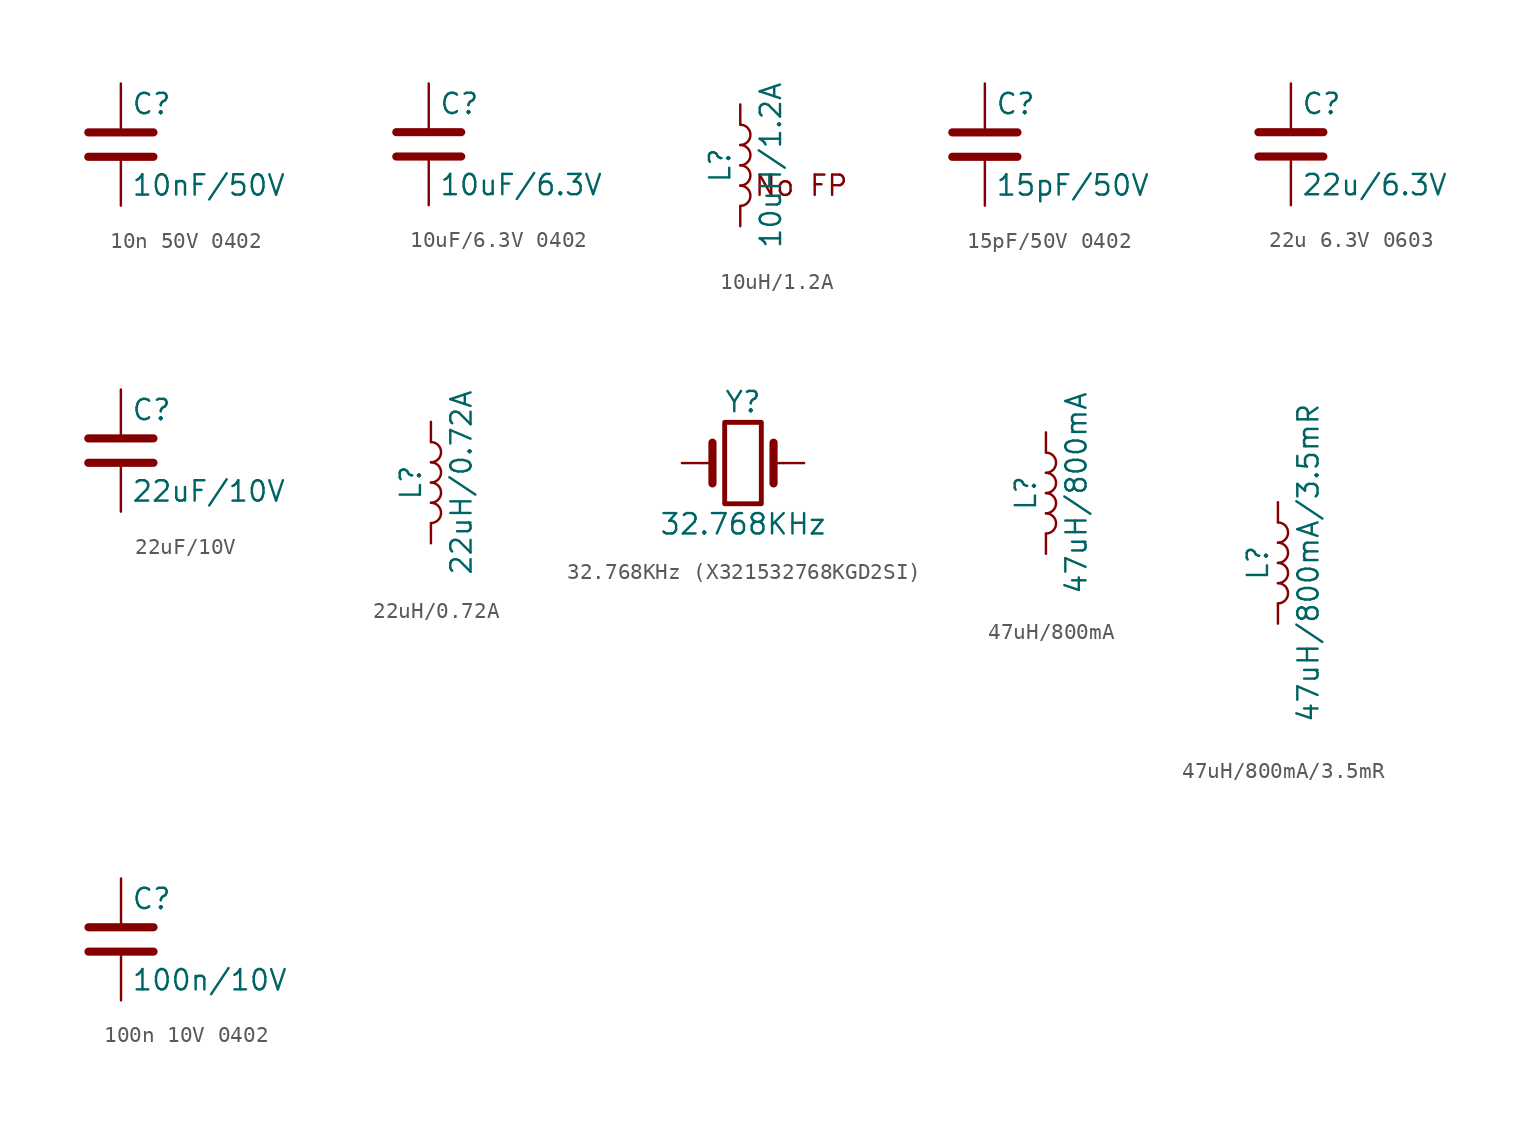
<source format=kicad_sym>
(kicad_symbol_lib
  (version 20231120)
  (generator "kicad_symbol_editor")
  (generator_version "8.0")
  (symbol "10n 50V 0402"
    (pin_numbers hide)
    (pin_names
      (offset 0.254))
    (property "Reference" "C"
      (at 0.635 2.54 0)
      (effects (font (size 1.27 1.27)) (justify left)))
    (property "Value" "10nF/50V"
      (at 0.635 -2.54 0)
      (effects (font (size 1.27 1.27)) (justify left)))
    (symbol "10n 50V 0402_0_1"
      (polyline (pts (xy -2.032 -0.762) (xy 2.032 -0.762)) (stroke (width 0.508) (type default)) (fill (type none)))
      (polyline (pts (xy -2.032 0.762) (xy 2.032 0.762)) (stroke (width 0.508) (type default)) (fill (type none))))
    (symbol "10n 50V 0402_1_1"
      (pin passive line (at 0 3.81 270) (length 2.794) (name "~" (effects (font (size 1.27 1.27)))) (number "1" (effects (font (size 1.27 1.27)))))
      (pin passive line (at 0 -3.81 90) (length 2.794) (name "~" (effects (font (size 1.27 1.27)))) (number "2" (effects (font (size 1.27 1.27)))))))
  (symbol "10uF/6.3V 0402"
    (pin_numbers hide)
    (pin_names
      (offset 0.254))
    (property "Reference" "C"
      (at 0.635 2.54 0)
      (effects (font (size 1.27 1.27)) (justify left)))
    (property "Value" "10uF/6.3V"
      (at 0.635 -2.54 0)
      (effects (font (size 1.27 1.27)) (justify left)))
    (symbol "10uF/6.3V 0402_0_1"
      (polyline (pts (xy -2.032 -0.762) (xy 2.032 -0.762)) (stroke (width 0.508) (type default)) (fill (type none)))
      (polyline (pts (xy -2.032 0.762) (xy 2.032 0.762)) (stroke (width 0.508) (type default)) (fill (type none))))
    (symbol "10uF/6.3V 0402_1_1"
      (pin passive line (at 0 3.81 270) (length 2.794) (name "~" (effects (font (size 1.27 1.27)))) (number "1" (effects (font (size 1.27 1.27)))))
      (pin passive line (at 0 -3.81 90) (length 2.794) (name "~" (effects (font (size 1.27 1.27)))) (number "2" (effects (font (size 1.27 1.27)))))))
  (symbol "10uH/1.2A"
    (pin_numbers hide)
    (pin_names
      (offset 1.016) hide)
    (property "Reference" "L"
      (at -1.27 0 90)
      (effects (font (size 1.27 1.27))))
    (property "Value" "10uH/1.2A"
      (at 1.905 0 90)
      (effects (font (size 1.27 1.27))))
    (symbol "10uH/1.2A_0_1"
      (arc (start 0 -2.54) (mid 0.6323 -1.905) (end 0 -1.27) (stroke (width 0) (type default)) (fill (type none)))
      (arc (start 0 -1.27) (mid 0.6323 -0.635) (end 0 0) (stroke (width 0) (type default)) (fill (type none)))
      (arc (start 0 0) (mid 0.6323 0.635) (end 0 1.27) (stroke (width 0) (type default)) (fill (type none)))
      (arc (start 0 1.27) (mid 0.6323 1.905) (end 0 2.54) (stroke (width 0) (type default)) (fill (type none))))
    (symbol "10uH/1.2A_1_1"
      (text "No FP" (at 3.81 -1.27 0) (effects (font (size 1.27 1.27))))
      (pin passive line (at 0 3.81 270) (length 1.27) (name "1" (effects (font (size 1.27 1.27)))) (number "1" (effects (font (size 1.27 1.27)))))
      (pin passive line (at 0 -3.81 90) (length 1.27) (name "2" (effects (font (size 1.27 1.27)))) (number "2" (effects (font (size 1.27 1.27)))))))
  (symbol "15pF/50V 0402"
    (pin_numbers hide)
    (pin_names
      (offset 0.254))
    (property "Reference" "C"
      (at 0.635 2.54 0)
      (effects (font (size 1.27 1.27)) (justify left)))
    (property "Value" "15pF/50V"
      (at 0.635 -2.54 0)
      (effects (font (size 1.27 1.27)) (justify left)))
    (symbol "15pF/50V 0402_0_1"
      (polyline (pts (xy -2.032 -0.762) (xy 2.032 -0.762)) (stroke (width 0.508) (type default)) (fill (type none)))
      (polyline (pts (xy -2.032 0.762) (xy 2.032 0.762)) (stroke (width 0.508) (type default)) (fill (type none))))
    (symbol "15pF/50V 0402_1_1"
      (pin passive line (at 0 3.81 270) (length 2.794) (name "~" (effects (font (size 1.27 1.27)))) (number "1" (effects (font (size 1.27 1.27)))))
      (pin passive line (at 0 -3.81 90) (length 2.794) (name "~" (effects (font (size 1.27 1.27)))) (number "2" (effects (font (size 1.27 1.27)))))))
  (symbol "22u 6.3V 0603"
    (pin_numbers hide)
    (pin_names
      (offset 0.254))
    (property "Reference" "C"
      (at 0.635 2.54 0)
      (effects (font (size 1.27 1.27)) (justify left)))
    (property "Value" "22u/6.3V"
      (at 0.635 -2.54 0)
      (effects (font (size 1.27 1.27)) (justify left)))
    (symbol "22u 6.3V 0603_0_1"
      (polyline (pts (xy -2.032 -0.762) (xy 2.032 -0.762)) (stroke (width 0.508) (type default)) (fill (type none)))
      (polyline (pts (xy -2.032 0.762) (xy 2.032 0.762)) (stroke (width 0.508) (type default)) (fill (type none))))
    (symbol "22u 6.3V 0603_1_1"
      (pin passive line (at 0 3.81 270) (length 2.794) (name "~" (effects (font (size 1.27 1.27)))) (number "1" (effects (font (size 1.27 1.27)))))
      (pin passive line (at 0 -3.81 90) (length 2.794) (name "~" (effects (font (size 1.27 1.27)))) (number "2" (effects (font (size 1.27 1.27)))))))
  (symbol "22uF/10V"
    (pin_numbers hide)
    (pin_names
      (offset 0.254))
    (property "Reference" "C"
      (at 0.635 2.54 0)
      (effects (font (size 1.27 1.27)) (justify left)))
    (property "Value" "22uF/10V"
      (at 0.635 -2.54 0)
      (effects (font (size 1.27 1.27)) (justify left)))
    (symbol "22uF/10V_0_1"
      (polyline (pts (xy -2.032 -0.762) (xy 2.032 -0.762)) (stroke (width 0.508) (type default)) (fill (type none)))
      (polyline (pts (xy -2.032 0.762) (xy 2.032 0.762)) (stroke (width 0.508) (type default)) (fill (type none))))
    (symbol "22uF/10V_1_1"
      (pin passive line (at 0 3.81 270) (length 2.794) (name "~" (effects (font (size 1.27 1.27)))) (number "1" (effects (font (size 1.27 1.27)))))
      (pin passive line (at 0 -3.81 90) (length 2.794) (name "~" (effects (font (size 1.27 1.27)))) (number "2" (effects (font (size 1.27 1.27)))))))
  (symbol "22uH/0.72A"
    (pin_numbers hide)
    (pin_names
      (offset 1.016) hide)
    (property "Reference" "L"
      (at -1.27 0 90)
      (effects (font (size 1.27 1.27))))
    (property "Value" "22uH/0.72A"
      (at 1.905 0 90)
      (effects (font (size 1.27 1.27))))
    (symbol "22uH/0.72A_0_1"
      (arc (start 0 -2.54) (mid 0.6323 -1.905) (end 0 -1.27) (stroke (width 0) (type default)) (fill (type none)))
      (arc (start 0 -1.27) (mid 0.6323 -0.635) (end 0 0) (stroke (width 0) (type default)) (fill (type none)))
      (arc (start 0 0) (mid 0.6323 0.635) (end 0 1.27) (stroke (width 0) (type default)) (fill (type none)))
      (arc (start 0 1.27) (mid 0.6323 1.905) (end 0 2.54) (stroke (width 0) (type default)) (fill (type none))))
    (symbol "22uH/0.72A_1_1"
      (pin passive line (at 0 3.81 270) (length 1.27) (name "1" (effects (font (size 1.27 1.27)))) (number "1" (effects (font (size 1.27 1.27)))))
      (pin passive line (at 0 -3.81 90) (length 1.27) (name "2" (effects (font (size 1.27 1.27)))) (number "2" (effects (font (size 1.27 1.27)))))))
  (symbol "32.768KHz (X321532768KGD2SI)"
    (pin_numbers hide)
    (pin_names
      (offset 1.016) hide)
    (property "Reference" "Y"
      (at 0 3.81 0)
      (effects (font (size 1.27 1.27))))
    (property "Value" "32.768KHz"
      (at 0 -3.81 0)
      (effects (font (size 1.27 1.27))))
    (symbol "32.768KHz (X321532768KGD2SI)_0_1"
      (rectangle (start -1.143 2.54) (end 1.143 -2.54) (stroke (width 0.305) (type default)) (fill (type none)))
      (polyline (pts (xy -2.54 0) (xy -1.905 0)) (stroke (width 0) (type default)) (fill (type none)))
      (polyline (pts (xy -1.905 -1.27) (xy -1.905 1.27)) (stroke (width 0.508) (type default)) (fill (type none)))
      (polyline (pts (xy 1.905 -1.27) (xy 1.905 1.27)) (stroke (width 0.508) (type default)) (fill (type none)))
      (polyline (pts (xy 2.54 0) (xy 1.905 0)) (stroke (width 0) (type default)) (fill (type none))))
    (symbol "32.768KHz (X321532768KGD2SI)_1_1"
      (pin passive line (at -3.81 0 0) (length 1.27) (name "1" (effects (font (size 1.27 1.27)))) (number "1" (effects (font (size 1.27 1.27)))))
      (pin passive line (at 3.81 0 180) (length 1.27) (name "2" (effects (font (size 1.27 1.27)))) (number "2" (effects (font (size 1.27 1.27)))))))
  (symbol "47uH/800mA"
    (pin_numbers hide)
    (pin_names
      (offset 1.016) hide)
    (property "Reference" "L"
      (at -1.27 0 90)
      (effects (font (size 1.27 1.27))))
    (property "Value" "47uH/800mA"
      (at 1.905 0 90)
      (effects (font (size 1.27 1.27))))
    (symbol "47uH/800mA_0_1"
      (arc (start 0 -2.54) (mid 0.6323 -1.905) (end 0 -1.27) (stroke (width 0) (type default)) (fill (type none)))
      (arc (start 0 -1.27) (mid 0.6323 -0.635) (end 0 0) (stroke (width 0) (type default)) (fill (type none)))
      (arc (start 0 0) (mid 0.6323 0.635) (end 0 1.27) (stroke (width 0) (type default)) (fill (type none)))
      (arc (start 0 1.27) (mid 0.6323 1.905) (end 0 2.54) (stroke (width 0) (type default)) (fill (type none))))
    (symbol "47uH/800mA_1_1"
      (pin passive line (at 0 3.81 270) (length 1.27) (name "1" (effects (font (size 1.27 1.27)))) (number "1" (effects (font (size 1.27 1.27)))))
      (pin passive line (at 0 -3.81 90) (length 1.27) (name "2" (effects (font (size 1.27 1.27)))) (number "2" (effects (font (size 1.27 1.27)))))))
  (symbol "47uH/800mA/3.5mR"
    (pin_numbers hide)
    (pin_names
      (offset 1.016) hide)
    (property "Reference" "L"
      (at -1.27 0 90)
      (effects (font (size 1.27 1.27))))
    (property "Value" "47uH/800mA/3.5mR"
      (at 1.905 0 90)
      (effects (font (size 1.27 1.27))))
    (symbol "47uH/800mA/3.5mR_0_1"
      (arc (start 0 -2.54) (mid 0.6323 -1.905) (end 0 -1.27) (stroke (width 0) (type default)) (fill (type none)))
      (arc (start 0 -1.27) (mid 0.6323 -0.635) (end 0 0) (stroke (width 0) (type default)) (fill (type none)))
      (arc (start 0 0) (mid 0.6323 0.635) (end 0 1.27) (stroke (width 0) (type default)) (fill (type none)))
      (arc (start 0 1.27) (mid 0.6323 1.905) (end 0 2.54) (stroke (width 0) (type default)) (fill (type none))))
    (symbol "47uH/800mA/3.5mR_1_1"
      (pin passive line (at 0 3.81 270) (length 1.27) (name "1" (effects (font (size 1.27 1.27)))) (number "1" (effects (font (size 1.27 1.27)))))
      (pin passive line (at 0 -3.81 90) (length 1.27) (name "2" (effects (font (size 1.27 1.27)))) (number "2" (effects (font (size 1.27 1.27)))))))
  (symbol "100n 10V 0402"
    (pin_numbers hide)
    (pin_names
      (offset 0.254))
    (property "Reference" "C"
      (at 0.635 2.54 0)
      (effects (font (size 1.27 1.27)) (justify left)))
    (property "Value" "100n/10V"
      (at 0.635 -2.54 0)
      (effects (font (size 1.27 1.27)) (justify left)))
    (symbol "100n 10V 0402_0_1"
      (polyline (pts (xy -2.032 -0.762) (xy 2.032 -0.762)) (stroke (width 0.508) (type default)) (fill (type none)))
      (polyline (pts (xy -2.032 0.762) (xy 2.032 0.762)) (stroke (width 0.508) (type default)) (fill (type none))))
    (symbol "100n 10V 0402_1_1"
      (pin passive line (at 0 3.81 270) (length 2.794) (name "~" (effects (font (size 1.27 1.27)))) (number "1" (effects (font (size 1.27 1.27)))))
      (pin passive line (at 0 -3.81 90) (length 2.794) (name "~" (effects (font (size 1.27 1.27)))) (number "2" (effects (font (size 1.27 1.27))))))))
</source>
